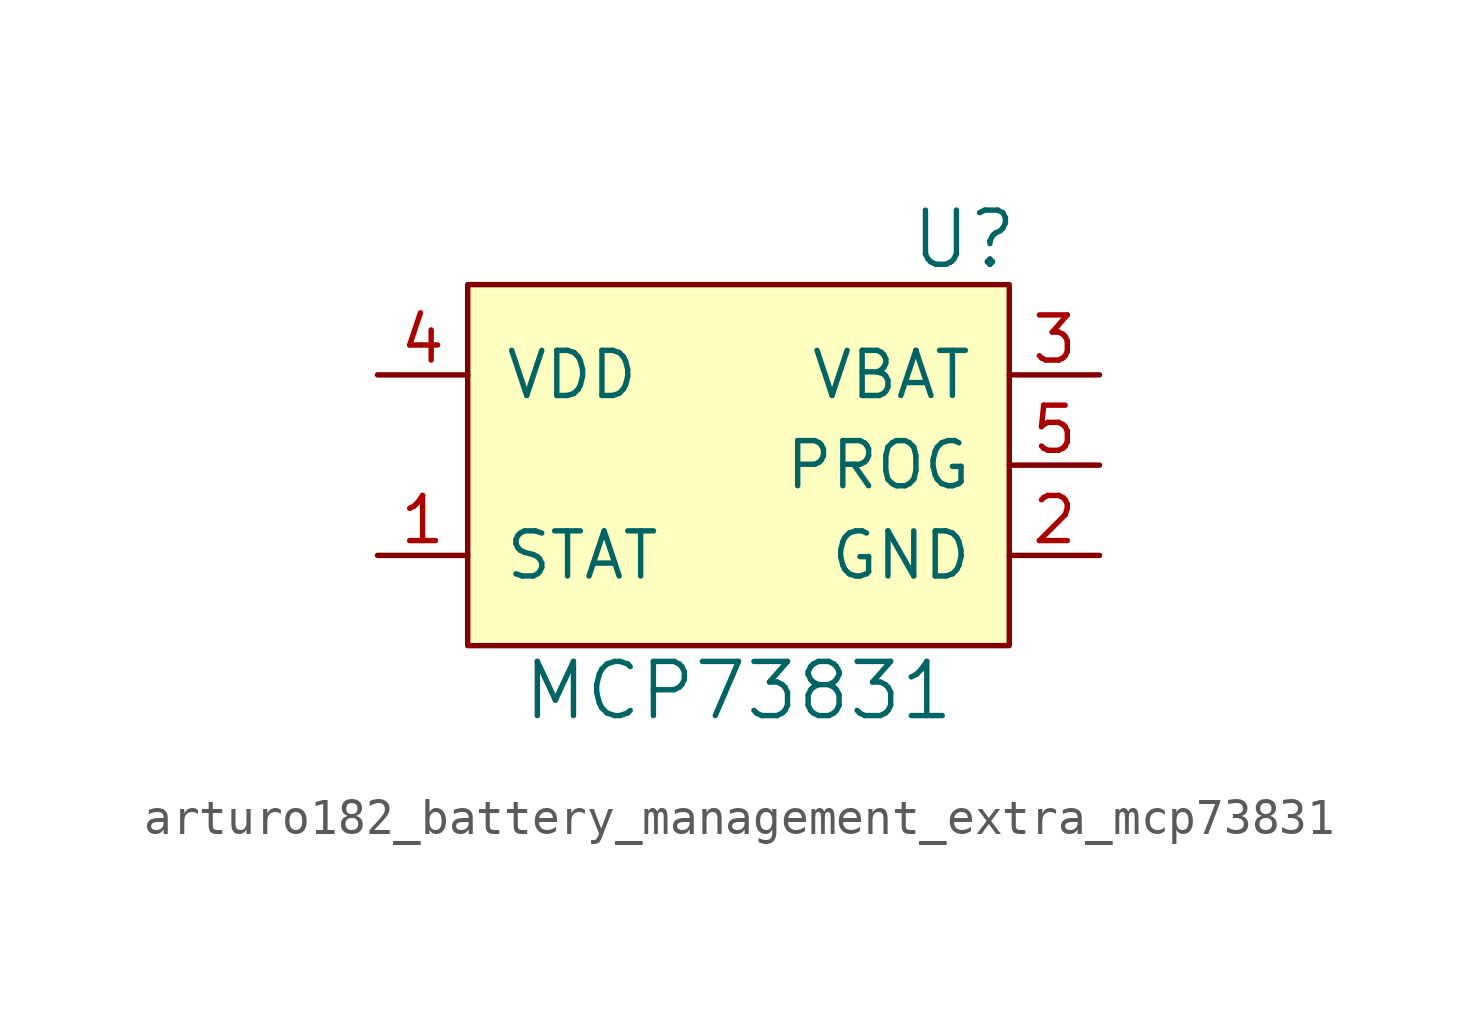
<source format=kicad_sym>
(kicad_symbol_lib
  (version 20220914)
  (generator kicad_symbol_editor)
  (symbol "arturo182_battery_management_extra_mcp73831"
    (pin_names
      (offset 1.016))
    (property "Reference" "U"
      (at 6.35 6.35 0)
      (effects (font (size 1.524 1.524))))
    (property "Value" "MCP73831"
      (at 0 -6.35 0)
      (effects (font (size 1.524 1.524))))
    (symbol "arturo182_battery_management_extra_mcp73831_0_1"
      (rectangle (start -7.62 5.08) (end 7.62 -5.08) (stroke (width 0) (type default) (color 0 0 0 0)) (fill (type background))))
    (symbol "arturo182_battery_management_extra_mcp73831_1_1"
      (pin output line (at -10.16 -2.54 0) (length 2.54) (name "STAT" (effects (font (size 1.27 1.27)))) (number "1" (effects (font (size 1.27 1.27)))))
      (pin power_in line (at 10.16 -2.54 180) (length 2.54) (name "GND" (effects (font (size 1.27 1.27)))) (number "2" (effects (font (size 1.27 1.27)))))
      (pin power_out line (at 10.16 2.54 180) (length 2.54) (name "VBAT" (effects (font (size 1.27 1.27)))) (number "3" (effects (font (size 1.27 1.27)))))
      (pin power_in line (at -10.16 2.54 0) (length 2.54) (name "VDD" (effects (font (size 1.27 1.27)))) (number "4" (effects (font (size 1.27 1.27)))))
      (pin input line (at 10.16 0 180) (length 2.54) (name "PROG" (effects (font (size 1.27 1.27)))) (number "5" (effects (font (size 1.27 1.27))))))))
</source>
